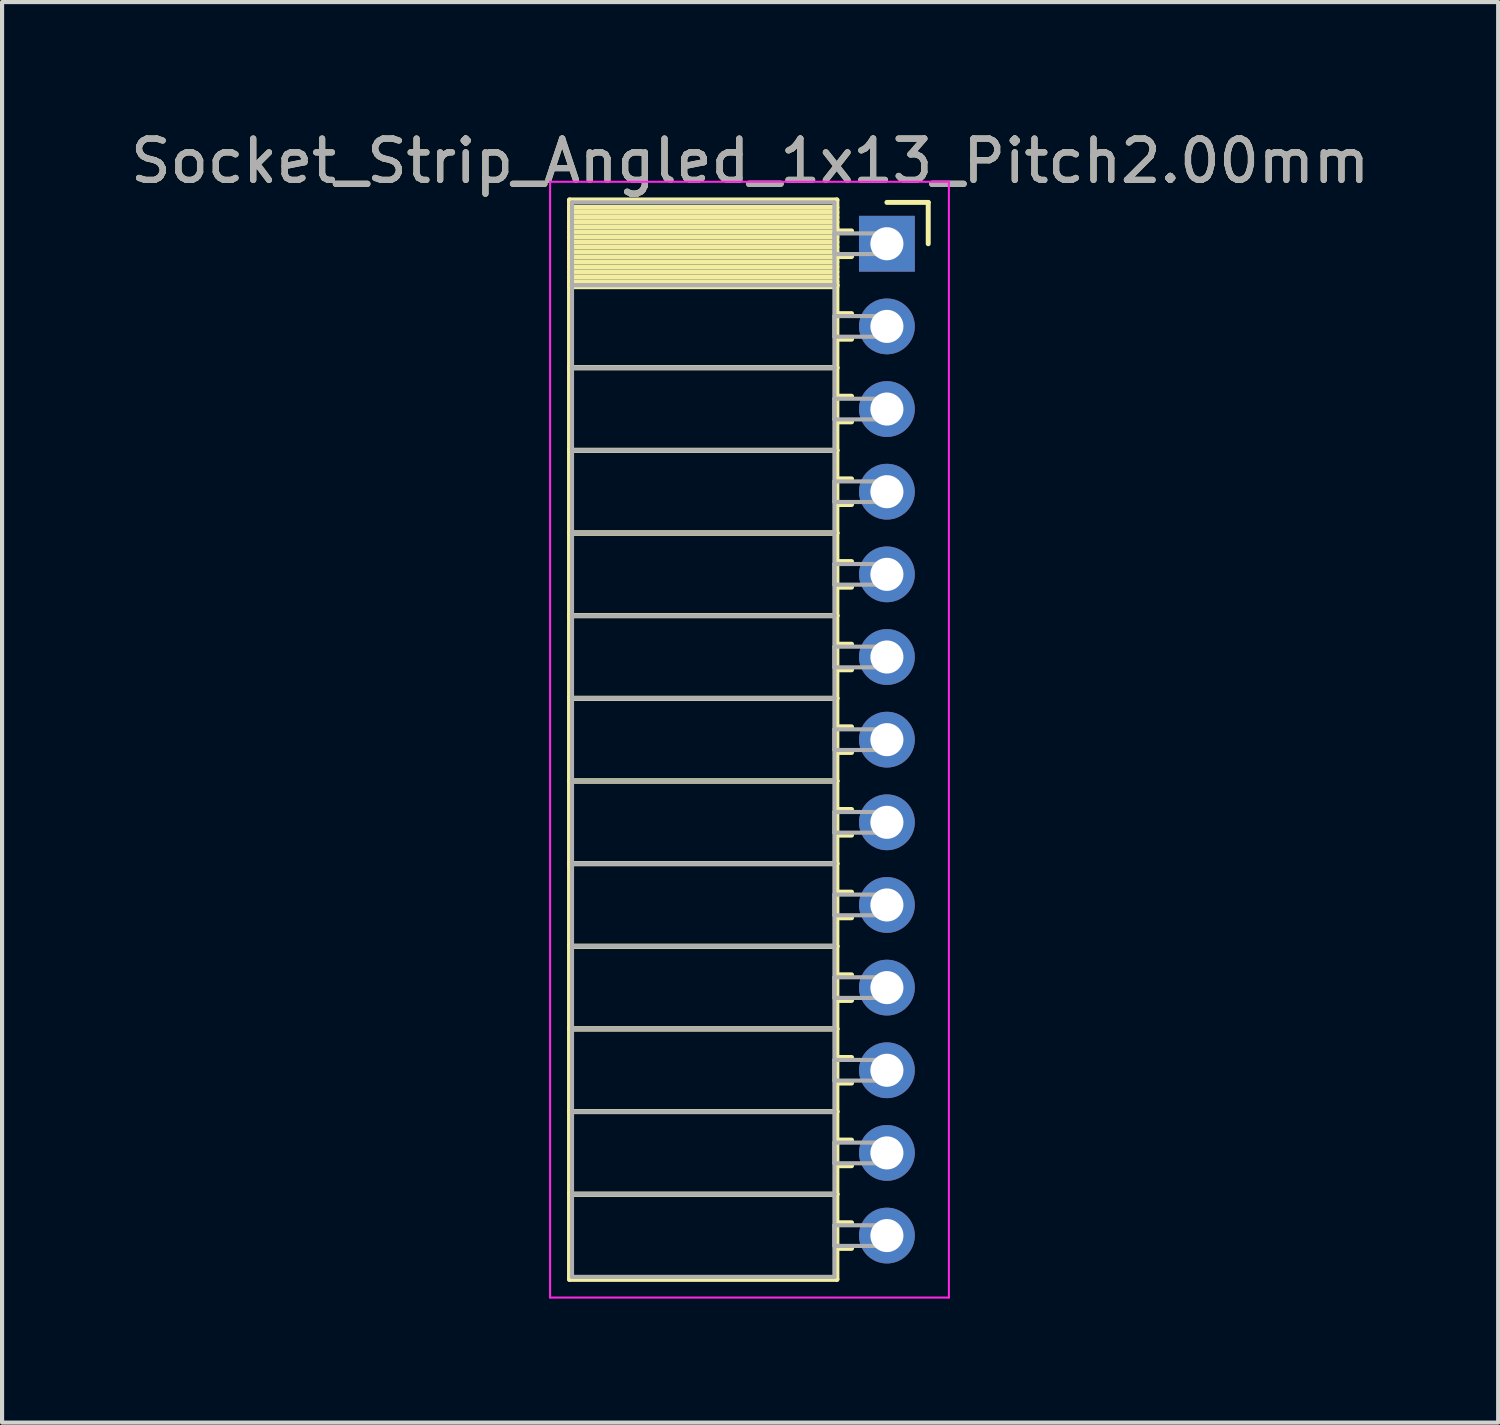
<source format=kicad_pcb>
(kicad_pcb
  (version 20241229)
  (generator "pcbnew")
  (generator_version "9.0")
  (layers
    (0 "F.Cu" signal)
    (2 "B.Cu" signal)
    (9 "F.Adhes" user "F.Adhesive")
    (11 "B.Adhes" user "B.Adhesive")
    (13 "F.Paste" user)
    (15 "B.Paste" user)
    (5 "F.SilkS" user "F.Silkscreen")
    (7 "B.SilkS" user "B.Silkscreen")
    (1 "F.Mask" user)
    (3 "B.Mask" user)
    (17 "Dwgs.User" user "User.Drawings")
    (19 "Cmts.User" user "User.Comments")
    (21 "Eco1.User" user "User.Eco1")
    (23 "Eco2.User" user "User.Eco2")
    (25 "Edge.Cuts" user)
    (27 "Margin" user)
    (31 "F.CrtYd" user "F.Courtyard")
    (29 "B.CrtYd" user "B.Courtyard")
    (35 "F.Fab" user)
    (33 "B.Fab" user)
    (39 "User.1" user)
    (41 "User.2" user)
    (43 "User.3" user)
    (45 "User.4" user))
  (footprint "Socket_Strip_Angled_1x13_Pitch2.00mm"
    (layer "F.Cu")
    (at 18.411 2.848)
    (property "Reference" "Socket_Strip_Angled_1x13_Pitch2.00mm" (at -3.31 -2 0) (layer "F.SilkS") (effects (font (size 1 1) (thickness 0.15))))
    (attr through_hole)
    (fp_line (start -7.68 -1.06) (end -1.21 -1.06) (stroke (width 0.12) (type solid)) (layer "F.SilkS"))
    (fp_line (start -7.68 1) (end -7.68 -1.06) (stroke (width 0.12) (type solid)) (layer "F.SilkS"))
    (fp_line (start -7.68 1) (end -1.21 1) (stroke (width 0.12) (type solid)) (layer "F.SilkS"))
    (fp_line (start -7.68 3) (end -7.68 1) (stroke (width 0.12) (type solid)) (layer "F.SilkS"))
    (fp_line (start -7.68 3) (end -1.21 3) (stroke (width 0.12) (type solid)) (layer "F.SilkS"))
    (fp_line (start -7.68 5) (end -7.68 3) (stroke (width 0.12) (type solid)) (layer "F.SilkS"))
    (fp_line (start -7.68 5) (end -1.21 5) (stroke (width 0.12) (type solid)) (layer "F.SilkS"))
    (fp_line (start -7.68 7) (end -7.68 5) (stroke (width 0.12) (type solid)) (layer "F.SilkS"))
    (fp_line (start -7.68 7) (end -1.21 7) (stroke (width 0.12) (type solid)) (layer "F.SilkS"))
    (fp_line (start -7.68 9) (end -7.68 7) (stroke (width 0.12) (type solid)) (layer "F.SilkS"))
    (fp_line (start -7.68 9) (end -1.21 9) (stroke (width 0.12) (type solid)) (layer "F.SilkS"))
    (fp_line (start -7.68 11) (end -7.68 9) (stroke (width 0.12) (type solid)) (layer "F.SilkS"))
    (fp_line (start -7.68 11) (end -1.21 11) (stroke (width 0.12) (type solid)) (layer "F.SilkS"))
    (fp_line (start -7.68 13) (end -7.68 11) (stroke (width 0.12) (type solid)) (layer "F.SilkS"))
    (fp_line (start -7.68 13) (end -1.21 13) (stroke (width 0.12) (type solid)) (layer "F.SilkS"))
    (fp_line (start -7.68 15) (end -7.68 13) (stroke (width 0.12) (type solid)) (layer "F.SilkS"))
    (fp_line (start -7.68 15) (end -1.21 15) (stroke (width 0.12) (type solid)) (layer "F.SilkS"))
    (fp_line (start -7.68 17) (end -7.68 15) (stroke (width 0.12) (type solid)) (layer "F.SilkS"))
    (fp_line (start -7.68 17) (end -1.21 17) (stroke (width 0.12) (type solid)) (layer "F.SilkS"))
    (fp_line (start -7.68 19) (end -7.68 17) (stroke (width 0.12) (type solid)) (layer "F.SilkS"))
    (fp_line (start -7.68 19) (end -1.21 19) (stroke (width 0.12) (type solid)) (layer "F.SilkS"))
    (fp_line (start -7.68 21) (end -7.68 19) (stroke (width 0.12) (type solid)) (layer "F.SilkS"))
    (fp_line (start -7.68 21) (end -1.21 21) (stroke (width 0.12) (type solid)) (layer "F.SilkS"))
    (fp_line (start -7.68 23) (end -7.68 21) (stroke (width 0.12) (type solid)) (layer "F.SilkS"))
    (fp_line (start -7.68 23) (end -1.21 23) (stroke (width 0.12) (type solid)) (layer "F.SilkS"))
    (fp_line (start -7.68 25.06) (end -7.68 23) (stroke (width 0.12) (type solid)) (layer "F.SilkS"))
    (fp_line (start -1.21 -1.06) (end -1.21 1) (stroke (width 0.12) (type solid)) (layer "F.SilkS"))
    (fp_line (start -1.21 -0.88) (end -7.68 -0.88) (stroke (width 0.12) (type solid)) (layer "F.SilkS"))
    (fp_line (start -1.21 -0.76) (end -7.68 -0.76) (stroke (width 0.12) (type solid)) (layer "F.SilkS"))
    (fp_line (start -1.21 -0.64) (end -7.68 -0.64) (stroke (width 0.12) (type solid)) (layer "F.SilkS"))
    (fp_line (start -1.21 -0.52) (end -7.68 -0.52) (stroke (width 0.12) (type solid)) (layer "F.SilkS"))
    (fp_line (start -1.21 -0.4) (end -7.68 -0.4) (stroke (width 0.12) (type solid)) (layer "F.SilkS"))
    (fp_line (start -1.21 -0.28) (end -7.68 -0.28) (stroke (width 0.12) (type solid)) (layer "F.SilkS"))
    (fp_line (start -1.21 -0.16) (end -7.68 -0.16) (stroke (width 0.12) (type solid)) (layer "F.SilkS"))
    (fp_line (start -1.21 -0.04) (end -7.68 -0.04) (stroke (width 0.12) (type solid)) (layer "F.SilkS"))
    (fp_line (start -1.21 0.08) (end -7.68 0.08) (stroke (width 0.12) (type solid)) (layer "F.SilkS"))
    (fp_line (start -1.21 0.2) (end -7.68 0.2) (stroke (width 0.12) (type solid)) (layer "F.SilkS"))
    (fp_line (start -1.21 0.32) (end -7.68 0.32) (stroke (width 0.12) (type solid)) (layer "F.SilkS"))
    (fp_line (start -1.21 0.44) (end -7.68 0.44) (stroke (width 0.12) (type solid)) (layer "F.SilkS"))
    (fp_line (start -1.21 0.56) (end -7.68 0.56) (stroke (width 0.12) (type solid)) (layer "F.SilkS"))
    (fp_line (start -1.21 0.68) (end -7.68 0.68) (stroke (width 0.12) (type solid)) (layer "F.SilkS"))
    (fp_line (start -1.21 0.8) (end -7.68 0.8) (stroke (width 0.12) (type solid)) (layer "F.SilkS"))
    (fp_line (start -1.21 0.92) (end -7.68 0.92) (stroke (width 0.12) (type solid)) (layer "F.SilkS"))
    (fp_line (start -1.21 1) (end -7.68 1) (stroke (width 0.12) (type solid)) (layer "F.SilkS"))
    (fp_line (start -1.21 1) (end -1.21 3) (stroke (width 0.12) (type solid)) (layer "F.SilkS"))
    (fp_line (start -1.21 1.04) (end -7.68 1.04) (stroke (width 0.12) (type solid)) (layer "F.SilkS"))
    (fp_line (start -1.21 3) (end -7.68 3) (stroke (width 0.12) (type solid)) (layer "F.SilkS"))
    (fp_line (start -1.21 3) (end -1.21 5) (stroke (width 0.12) (type solid)) (layer "F.SilkS"))
    (fp_line (start -1.21 5) (end -7.68 5) (stroke (width 0.12) (type solid)) (layer "F.SilkS"))
    (fp_line (start -1.21 5) (end -1.21 7) (stroke (width 0.12) (type solid)) (layer "F.SilkS"))
    (fp_line (start -1.21 7) (end -7.68 7) (stroke (width 0.12) (type solid)) (layer "F.SilkS"))
    (fp_line (start -1.21 7) (end -1.21 9) (stroke (width 0.12) (type solid)) (layer "F.SilkS"))
    (fp_line (start -1.21 9) (end -7.68 9) (stroke (width 0.12) (type solid)) (layer "F.SilkS"))
    (fp_line (start -1.21 9) (end -1.21 11) (stroke (width 0.12) (type solid)) (layer "F.SilkS"))
    (fp_line (start -1.21 11) (end -7.68 11) (stroke (width 0.12) (type solid)) (layer "F.SilkS"))
    (fp_line (start -1.21 11) (end -1.21 13) (stroke (width 0.12) (type solid)) (layer "F.SilkS"))
    (fp_line (start -1.21 13) (end -7.68 13) (stroke (width 0.12) (type solid)) (layer "F.SilkS"))
    (fp_line (start -1.21 13) (end -1.21 15) (stroke (width 0.12) (type solid)) (layer "F.SilkS"))
    (fp_line (start -1.21 15) (end -7.68 15) (stroke (width 0.12) (type solid)) (layer "F.SilkS"))
    (fp_line (start -1.21 15) (end -1.21 17) (stroke (width 0.12) (type solid)) (layer "F.SilkS"))
    (fp_line (start -1.21 17) (end -7.68 17) (stroke (width 0.12) (type solid)) (layer "F.SilkS"))
    (fp_line (start -1.21 17) (end -1.21 19) (stroke (width 0.12) (type solid)) (layer "F.SilkS"))
    (fp_line (start -1.21 19) (end -7.68 19) (stroke (width 0.12) (type solid)) (layer "F.SilkS"))
    (fp_line (start -1.21 19) (end -1.21 21) (stroke (width 0.12) (type solid)) (layer "F.SilkS"))
    (fp_line (start -1.21 21) (end -7.68 21) (stroke (width 0.12) (type solid)) (layer "F.SilkS"))
    (fp_line (start -1.21 21) (end -1.21 23) (stroke (width 0.12) (type solid)) (layer "F.SilkS"))
    (fp_line (start -1.21 23) (end -7.68 23) (stroke (width 0.12) (type solid)) (layer "F.SilkS"))
    (fp_line (start -1.21 23) (end -1.21 25.06) (stroke (width 0.12) (type solid)) (layer "F.SilkS"))
    (fp_line (start -1.21 25.06) (end -7.68 25.06) (stroke (width 0.12) (type solid)) (layer "F.SilkS"))
    (fp_line (start -0.855 -0.31) (end -1.21 -0.31) (stroke (width 0.12) (type solid)) (layer "F.SilkS"))
    (fp_line (start -0.855 0.31) (end -1.21 0.31) (stroke (width 0.12) (type solid)) (layer "F.SilkS"))
    (fp_line (start -0.855 1.69) (end -1.21 1.69) (stroke (width 0.12) (type solid)) (layer "F.SilkS"))
    (fp_line (start -0.855 2.31) (end -1.21 2.31) (stroke (width 0.12) (type solid)) (layer "F.SilkS"))
    (fp_line (start -0.855 3.69) (end -1.21 3.69) (stroke (width 0.12) (type solid)) (layer "F.SilkS"))
    (fp_line (start -0.855 4.31) (end -1.21 4.31) (stroke (width 0.12) (type solid)) (layer "F.SilkS"))
    (fp_line (start -0.855 5.69) (end -1.21 5.69) (stroke (width 0.12) (type solid)) (layer "F.SilkS"))
    (fp_line (start -0.855 6.31) (end -1.21 6.31) (stroke (width 0.12) (type solid)) (layer "F.SilkS"))
    (fp_line (start -0.855 7.69) (end -1.21 7.69) (stroke (width 0.12) (type solid)) (layer "F.SilkS"))
    (fp_line (start -0.855 8.31) (end -1.21 8.31) (stroke (width 0.12) (type solid)) (layer "F.SilkS"))
    (fp_line (start -0.855 9.69) (end -1.21 9.69) (stroke (width 0.12) (type solid)) (layer "F.SilkS"))
    (fp_line (start -0.855 10.31) (end -1.21 10.31) (stroke (width 0.12) (type solid)) (layer "F.SilkS"))
    (fp_line (start -0.855 11.69) (end -1.21 11.69) (stroke (width 0.12) (type solid)) (layer "F.SilkS"))
    (fp_line (start -0.855 12.31) (end -1.21 12.31) (stroke (width 0.12) (type solid)) (layer "F.SilkS"))
    (fp_line (start -0.855 13.69) (end -1.21 13.69) (stroke (width 0.12) (type solid)) (layer "F.SilkS"))
    (fp_line (start -0.855 14.31) (end -1.21 14.31) (stroke (width 0.12) (type solid)) (layer "F.SilkS"))
    (fp_line (start -0.855 15.69) (end -1.21 15.69) (stroke (width 0.12) (type solid)) (layer "F.SilkS"))
    (fp_line (start -0.855 16.31) (end -1.21 16.31) (stroke (width 0.12) (type solid)) (layer "F.SilkS"))
    (fp_line (start -0.855 17.69) (end -1.21 17.69) (stroke (width 0.12) (type solid)) (layer "F.SilkS"))
    (fp_line (start -0.855 18.31) (end -1.21 18.31) (stroke (width 0.12) (type solid)) (layer "F.SilkS"))
    (fp_line (start -0.855 19.69) (end -1.21 19.69) (stroke (width 0.12) (type solid)) (layer "F.SilkS"))
    (fp_line (start -0.855 20.31) (end -1.21 20.31) (stroke (width 0.12) (type solid)) (layer "F.SilkS"))
    (fp_line (start -0.855 21.69) (end -1.21 21.69) (stroke (width 0.12) (type solid)) (layer "F.SilkS"))
    (fp_line (start -0.855 22.31) (end -1.21 22.31) (stroke (width 0.12) (type solid)) (layer "F.SilkS"))
    (fp_line (start -0.855 23.69) (end -1.21 23.69) (stroke (width 0.12) (type solid)) (layer "F.SilkS"))
    (fp_line (start -0.855 24.31) (end -1.21 24.31) (stroke (width 0.12) (type solid)) (layer "F.SilkS"))
    (fp_line (start 0 -1) (end 1 -1) (stroke (width 0.12) (type solid)) (layer "F.SilkS"))
    (fp_line (start 1 -1) (end 1 0) (stroke (width 0.12) (type solid)) (layer "F.SilkS"))
    (fp_line (start -8.15 -1.5) (end 1.5 -1.5) (stroke (width 0.05) (type solid)) (layer "F.CrtYd"))
    (fp_line (start -8.15 25.5) (end -8.15 -1.5) (stroke (width 0.05) (type solid)) (layer "F.CrtYd"))
    (fp_line (start 1.5 -1.5) (end 1.5 25.5) (stroke (width 0.05) (type solid)) (layer "F.CrtYd"))
    (fp_line (start 1.5 25.5) (end -8.15 25.5) (stroke (width 0.05) (type solid)) (layer "F.CrtYd"))
    (fp_line (start -7.62 -1) (end -1.27 -1) (stroke (width 0.1) (type solid)) (layer "F.Fab"))
    (fp_line (start -7.62 1) (end -7.62 -1) (stroke (width 0.1) (type solid)) (layer "F.Fab"))
    (fp_line (start -7.62 1) (end -1.27 1) (stroke (width 0.1) (type solid)) (layer "F.Fab"))
    (fp_line (start -7.62 3) (end -7.62 1) (stroke (width 0.1) (type solid)) (layer "F.Fab"))
    (fp_line (start -7.62 3) (end -1.27 3) (stroke (width 0.1) (type solid)) (layer "F.Fab"))
    (fp_line (start -7.62 5) (end -7.62 3) (stroke (width 0.1) (type solid)) (layer "F.Fab"))
    (fp_line (start -7.62 5) (end -1.27 5) (stroke (width 0.1) (type solid)) (layer "F.Fab"))
    (fp_line (start -7.62 7) (end -7.62 5) (stroke (width 0.1) (type solid)) (layer "F.Fab"))
    (fp_line (start -7.62 7) (end -1.27 7) (stroke (width 0.1) (type solid)) (layer "F.Fab"))
    (fp_line (start -7.62 9) (end -7.62 7) (stroke (width 0.1) (type solid)) (layer "F.Fab"))
    (fp_line (start -7.62 9) (end -1.27 9) (stroke (width 0.1) (type solid)) (layer "F.Fab"))
    (fp_line (start -7.62 11) (end -7.62 9) (stroke (width 0.1) (type solid)) (layer "F.Fab"))
    (fp_line (start -7.62 11) (end -1.27 11) (stroke (width 0.1) (type solid)) (layer "F.Fab"))
    (fp_line (start -7.62 13) (end -7.62 11) (stroke (width 0.1) (type solid)) (layer "F.Fab"))
    (fp_line (start -7.62 13) (end -1.27 13) (stroke (width 0.1) (type solid)) (layer "F.Fab"))
    (fp_line (start -7.62 15) (end -7.62 13) (stroke (width 0.1) (type solid)) (layer "F.Fab"))
    (fp_line (start -7.62 15) (end -1.27 15) (stroke (width 0.1) (type solid)) (layer "F.Fab"))
    (fp_line (start -7.62 17) (end -7.62 15) (stroke (width 0.1) (type solid)) (layer "F.Fab"))
    (fp_line (start -7.62 17) (end -1.27 17) (stroke (width 0.1) (type solid)) (layer "F.Fab"))
    (fp_line (start -7.62 19) (end -7.62 17) (stroke (width 0.1) (type solid)) (layer "F.Fab"))
    (fp_line (start -7.62 19) (end -1.27 19) (stroke (width 0.1) (type solid)) (layer "F.Fab"))
    (fp_line (start -7.62 21) (end -7.62 19) (stroke (width 0.1) (type solid)) (layer "F.Fab"))
    (fp_line (start -7.62 21) (end -1.27 21) (stroke (width 0.1) (type solid)) (layer "F.Fab"))
    (fp_line (start -7.62 23) (end -7.62 21) (stroke (width 0.1) (type solid)) (layer "F.Fab"))
    (fp_line (start -7.62 23) (end -1.27 23) (stroke (width 0.1) (type solid)) (layer "F.Fab"))
    (fp_line (start -7.62 25) (end -7.62 23) (stroke (width 0.1) (type solid)) (layer "F.Fab"))
    (fp_line (start -1.27 -1) (end -1.27 1) (stroke (width 0.1) (type solid)) (layer "F.Fab"))
    (fp_line (start -1.27 -0.25) (end 0 -0.25) (stroke (width 0.1) (type solid)) (layer "F.Fab"))
    (fp_line (start -1.27 0.25) (end -1.27 -0.25) (stroke (width 0.1) (type solid)) (layer "F.Fab"))
    (fp_line (start -1.27 1) (end -7.62 1) (stroke (width 0.1) (type solid)) (layer "F.Fab"))
    (fp_line (start -1.27 1) (end -1.27 3) (stroke (width 0.1) (type solid)) (layer "F.Fab"))
    (fp_line (start -1.27 1.75) (end 0 1.75) (stroke (width 0.1) (type solid)) (layer "F.Fab"))
    (fp_line (start -1.27 2.25) (end -1.27 1.75) (stroke (width 0.1) (type solid)) (layer "F.Fab"))
    (fp_line (start -1.27 3) (end -7.62 3) (stroke (width 0.1) (type solid)) (layer "F.Fab"))
    (fp_line (start -1.27 3) (end -1.27 5) (stroke (width 0.1) (type solid)) (layer "F.Fab"))
    (fp_line (start -1.27 3.75) (end 0 3.75) (stroke (width 0.1) (type solid)) (layer "F.Fab"))
    (fp_line (start -1.27 4.25) (end -1.27 3.75) (stroke (width 0.1) (type solid)) (layer "F.Fab"))
    (fp_line (start -1.27 5) (end -7.62 5) (stroke (width 0.1) (type solid)) (layer "F.Fab"))
    (fp_line (start -1.27 5) (end -1.27 7) (stroke (width 0.1) (type solid)) (layer "F.Fab"))
    (fp_line (start -1.27 5.75) (end 0 5.75) (stroke (width 0.1) (type solid)) (layer "F.Fab"))
    (fp_line (start -1.27 6.25) (end -1.27 5.75) (stroke (width 0.1) (type solid)) (layer "F.Fab"))
    (fp_line (start -1.27 7) (end -7.62 7) (stroke (width 0.1) (type solid)) (layer "F.Fab"))
    (fp_line (start -1.27 7) (end -1.27 9) (stroke (width 0.1) (type solid)) (layer "F.Fab"))
    (fp_line (start -1.27 7.75) (end 0 7.75) (stroke (width 0.1) (type solid)) (layer "F.Fab"))
    (fp_line (start -1.27 8.25) (end -1.27 7.75) (stroke (width 0.1) (type solid)) (layer "F.Fab"))
    (fp_line (start -1.27 9) (end -7.62 9) (stroke (width 0.1) (type solid)) (layer "F.Fab"))
    (fp_line (start -1.27 9) (end -1.27 11) (stroke (width 0.1) (type solid)) (layer "F.Fab"))
    (fp_line (start -1.27 9.75) (end 0 9.75) (stroke (width 0.1) (type solid)) (layer "F.Fab"))
    (fp_line (start -1.27 10.25) (end -1.27 9.75) (stroke (width 0.1) (type solid)) (layer "F.Fab"))
    (fp_line (start -1.27 11) (end -7.62 11) (stroke (width 0.1) (type solid)) (layer "F.Fab"))
    (fp_line (start -1.27 11) (end -1.27 13) (stroke (width 0.1) (type solid)) (layer "F.Fab"))
    (fp_line (start -1.27 11.75) (end 0 11.75) (stroke (width 0.1) (type solid)) (layer "F.Fab"))
    (fp_line (start -1.27 12.25) (end -1.27 11.75) (stroke (width 0.1) (type solid)) (layer "F.Fab"))
    (fp_line (start -1.27 13) (end -7.62 13) (stroke (width 0.1) (type solid)) (layer "F.Fab"))
    (fp_line (start -1.27 13) (end -1.27 15) (stroke (width 0.1) (type solid)) (layer "F.Fab"))
    (fp_line (start -1.27 13.75) (end 0 13.75) (stroke (width 0.1) (type solid)) (layer "F.Fab"))
    (fp_line (start -1.27 14.25) (end -1.27 13.75) (stroke (width 0.1) (type solid)) (layer "F.Fab"))
    (fp_line (start -1.27 15) (end -7.62 15) (stroke (width 0.1) (type solid)) (layer "F.Fab"))
    (fp_line (start -1.27 15) (end -1.27 17) (stroke (width 0.1) (type solid)) (layer "F.Fab"))
    (fp_line (start -1.27 15.75) (end 0 15.75) (stroke (width 0.1) (type solid)) (layer "F.Fab"))
    (fp_line (start -1.27 16.25) (end -1.27 15.75) (stroke (width 0.1) (type solid)) (layer "F.Fab"))
    (fp_line (start -1.27 17) (end -7.62 17) (stroke (width 0.1) (type solid)) (layer "F.Fab"))
    (fp_line (start -1.27 17) (end -1.27 19) (stroke (width 0.1) (type solid)) (layer "F.Fab"))
    (fp_line (start -1.27 17.75) (end 0 17.75) (stroke (width 0.1) (type solid)) (layer "F.Fab"))
    (fp_line (start -1.27 18.25) (end -1.27 17.75) (stroke (width 0.1) (type solid)) (layer "F.Fab"))
    (fp_line (start -1.27 19) (end -7.62 19) (stroke (width 0.1) (type solid)) (layer "F.Fab"))
    (fp_line (start -1.27 19) (end -1.27 21) (stroke (width 0.1) (type solid)) (layer "F.Fab"))
    (fp_line (start -1.27 19.75) (end 0 19.75) (stroke (width 0.1) (type solid)) (layer "F.Fab"))
    (fp_line (start -1.27 20.25) (end -1.27 19.75) (stroke (width 0.1) (type solid)) (layer "F.Fab"))
    (fp_line (start -1.27 21) (end -7.62 21) (stroke (width 0.1) (type solid)) (layer "F.Fab"))
    (fp_line (start -1.27 21) (end -1.27 23) (stroke (width 0.1) (type solid)) (layer "F.Fab"))
    (fp_line (start -1.27 21.75) (end 0 21.75) (stroke (width 0.1) (type solid)) (layer "F.Fab"))
    (fp_line (start -1.27 22.25) (end -1.27 21.75) (stroke (width 0.1) (type solid)) (layer "F.Fab"))
    (fp_line (start -1.27 23) (end -7.62 23) (stroke (width 0.1) (type solid)) (layer "F.Fab"))
    (fp_line (start -1.27 23) (end -1.27 25) (stroke (width 0.1) (type solid)) (layer "F.Fab"))
    (fp_line (start -1.27 23.75) (end 0 23.75) (stroke (width 0.1) (type solid)) (layer "F.Fab"))
    (fp_line (start -1.27 24.25) (end -1.27 23.75) (stroke (width 0.1) (type solid)) (layer "F.Fab"))
    (fp_line (start -1.27 25) (end -7.62 25) (stroke (width 0.1) (type solid)) (layer "F.Fab"))
    (fp_line (start 0 -0.25) (end 0 0.25) (stroke (width 0.1) (type solid)) (layer "F.Fab"))
    (fp_line (start 0 0.25) (end -1.27 0.25) (stroke (width 0.1) (type solid)) (layer "F.Fab"))
    (fp_line (start 0 1.75) (end 0 2.25) (stroke (width 0.1) (type solid)) (layer "F.Fab"))
    (fp_line (start 0 2.25) (end -1.27 2.25) (stroke (width 0.1) (type solid)) (layer "F.Fab"))
    (fp_line (start 0 3.75) (end 0 4.25) (stroke (width 0.1) (type solid)) (layer "F.Fab"))
    (fp_line (start 0 4.25) (end -1.27 4.25) (stroke (width 0.1) (type solid)) (layer "F.Fab"))
    (fp_line (start 0 5.75) (end 0 6.25) (stroke (width 0.1) (type solid)) (layer "F.Fab"))
    (fp_line (start 0 6.25) (end -1.27 6.25) (stroke (width 0.1) (type solid)) (layer "F.Fab"))
    (fp_line (start 0 7.75) (end 0 8.25) (stroke (width 0.1) (type solid)) (layer "F.Fab"))
    (fp_line (start 0 8.25) (end -1.27 8.25) (stroke (width 0.1) (type solid)) (layer "F.Fab"))
    (fp_line (start 0 9.75) (end 0 10.25) (stroke (width 0.1) (type solid)) (layer "F.Fab"))
    (fp_line (start 0 10.25) (end -1.27 10.25) (stroke (width 0.1) (type solid)) (layer "F.Fab"))
    (fp_line (start 0 11.75) (end 0 12.25) (stroke (width 0.1) (type solid)) (layer "F.Fab"))
    (fp_line (start 0 12.25) (end -1.27 12.25) (stroke (width 0.1) (type solid)) (layer "F.Fab"))
    (fp_line (start 0 13.75) (end 0 14.25) (stroke (width 0.1) (type solid)) (layer "F.Fab"))
    (fp_line (start 0 14.25) (end -1.27 14.25) (stroke (width 0.1) (type solid)) (layer "F.Fab"))
    (fp_line (start 0 15.75) (end 0 16.25) (stroke (width 0.1) (type solid)) (layer "F.Fab"))
    (fp_line (start 0 16.25) (end -1.27 16.25) (stroke (width 0.1) (type solid)) (layer "F.Fab"))
    (fp_line (start 0 17.75) (end 0 18.25) (stroke (width 0.1) (type solid)) (layer "F.Fab"))
    (fp_line (start 0 18.25) (end -1.27 18.25) (stroke (width 0.1) (type solid)) (layer "F.Fab"))
    (fp_line (start 0 19.75) (end 0 20.25) (stroke (width 0.1) (type solid)) (layer "F.Fab"))
    (fp_line (start 0 20.25) (end -1.27 20.25) (stroke (width 0.1) (type solid)) (layer "F.Fab"))
    (fp_line (start 0 21.75) (end 0 22.25) (stroke (width 0.1) (type solid)) (layer "F.Fab"))
    (fp_line (start 0 22.25) (end -1.27 22.25) (stroke (width 0.1) (type solid)) (layer "F.Fab"))
    (fp_line (start 0 23.75) (end 0 24.25) (stroke (width 0.1) (type solid)) (layer "F.Fab"))
    (fp_line (start 0 24.25) (end -1.27 24.25) (stroke (width 0.1) (type solid)) (layer "F.Fab"))
    (fp_text user "${REFERENCE}" (at -3.31 -2 0) (layer "F.Fab") (effects (font (size 1 1) (thickness 0.15))))
    (pad "1" thru_hole rect (at 0 0) (size 1.35 1.35) (drill 0.8) (layers "*.Cu" "*.Mask"))
    (pad "2" thru_hole oval (at 0 2) (size 1.35 1.35) (drill 0.8) (layers "*.Cu" "*.Mask"))
    (pad "3" thru_hole oval (at 0 4) (size 1.35 1.35) (drill 0.8) (layers "*.Cu" "*.Mask"))
    (pad "4" thru_hole oval (at 0 6) (size 1.35 1.35) (drill 0.8) (layers "*.Cu" "*.Mask"))
    (pad "5" thru_hole oval (at 0 8) (size 1.35 1.35) (drill 0.8) (layers "*.Cu" "*.Mask"))
    (pad "6" thru_hole oval (at 0 10) (size 1.35 1.35) (drill 0.8) (layers "*.Cu" "*.Mask"))
    (pad "7" thru_hole oval (at 0 12) (size 1.35 1.35) (drill 0.8) (layers "*.Cu" "*.Mask"))
    (pad "8" thru_hole oval (at 0 14) (size 1.35 1.35) (drill 0.8) (layers "*.Cu" "*.Mask"))
    (pad "9" thru_hole oval (at 0 16) (size 1.35 1.35) (drill 0.8) (layers "*.Cu" "*.Mask"))
    (pad "10" thru_hole oval (at 0 18) (size 1.35 1.35) (drill 0.8) (layers "*.Cu" "*.Mask"))
    (pad "11" thru_hole oval (at 0 20) (size 1.35 1.35) (drill 0.8) (layers "*.Cu" "*.Mask"))
    (pad "12" thru_hole oval (at 0 22) (size 1.35 1.35) (drill 0.8) (layers "*.Cu" "*.Mask"))
    (pad "13" thru_hole oval (at 0 24) (size 1.35 1.35) (drill 0.8) (layers "*.Cu" "*.Mask")))
  (gr_rect
    (start -3 -3)
    (end 33.202 31.373)
    (stroke (width 0.1) (type default))
    (fill no)
    (layer "Edge.Cuts")))
</source>
